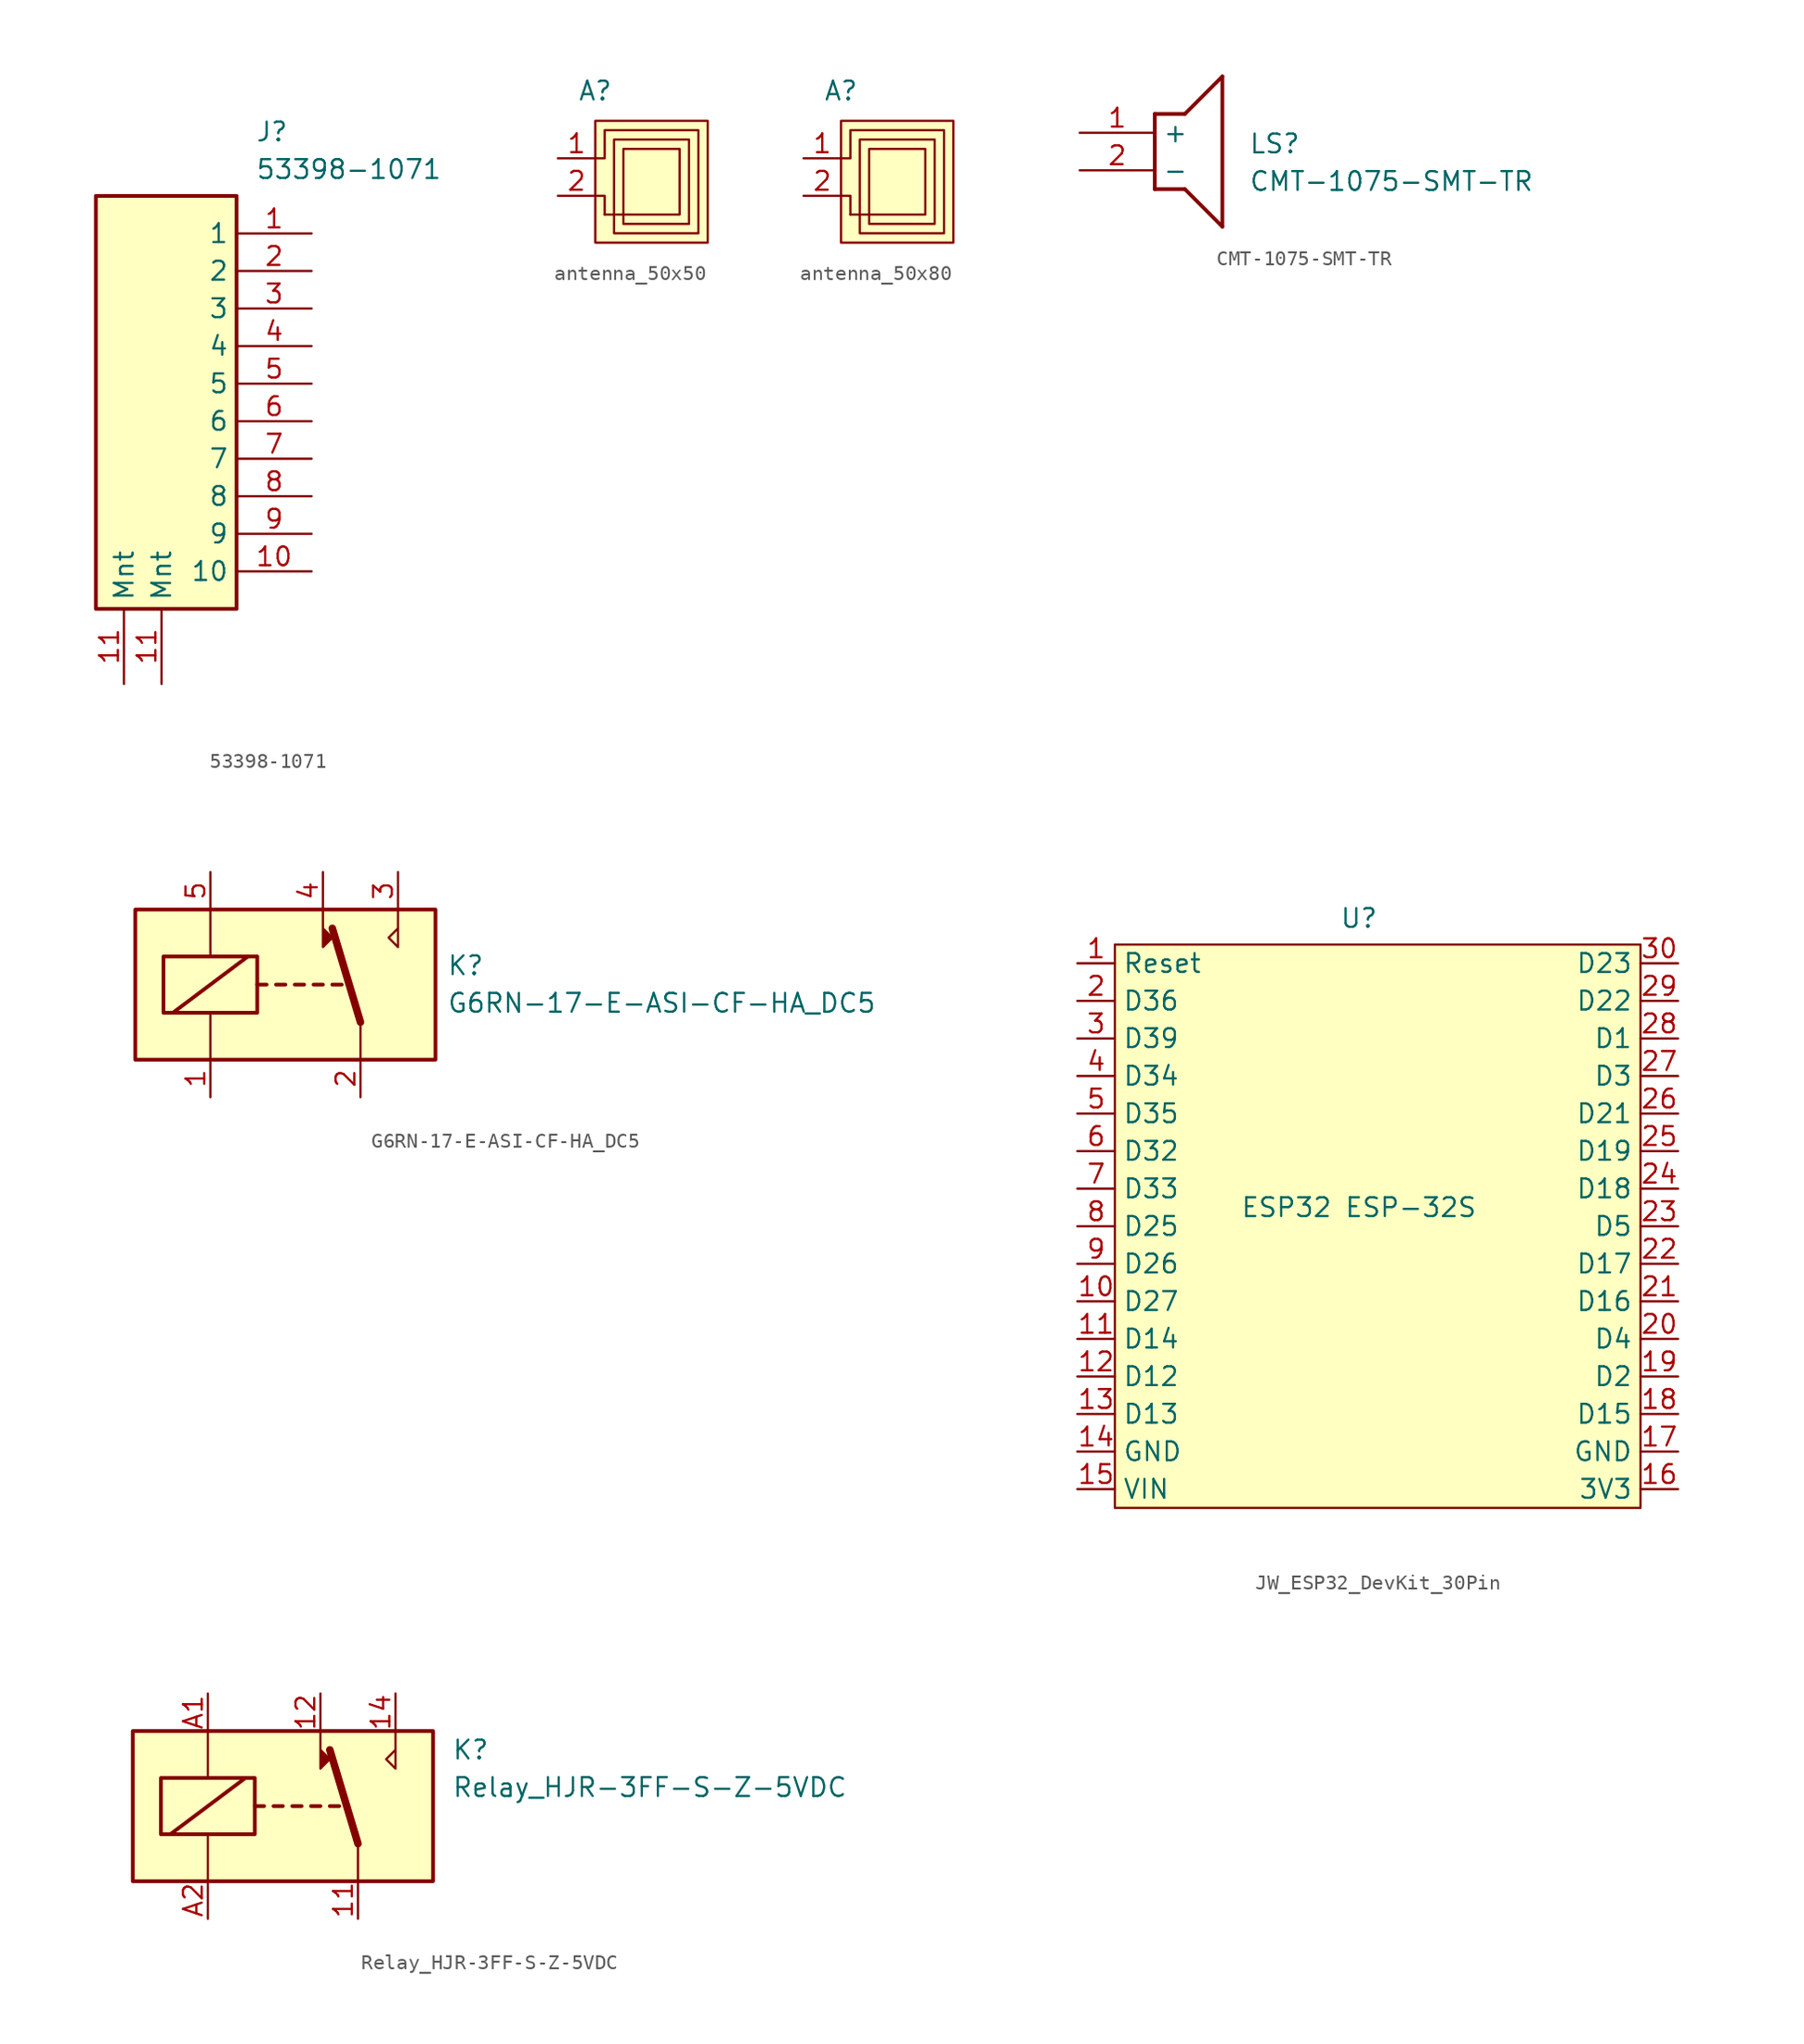
<source format=kicad_sym>
(kicad_symbol_lib
  (version 20241209)
  (generator "kicad_symbol_editor")
  (generator_version "9.0")
  (symbol "53398-1071"
    (property "Reference" "J"
      (at 19.05 7.62 0)
      (effects (font (size 1.27 1.27)) (justify left top)))
    (property "Value" "53398-1071"
      (at 19.05 5.08 0)
      (effects (font (size 1.27 1.27)) (justify left top)))
    (symbol "53398-1071_1_1"
      (rectangle (start 8.255 2.54) (end 17.78 -25.4) (stroke (width 0.254) (type default)) (fill (type background)))
      (pin passive line (at 10.16 -30.48 90) (length 5.08) (name "Mnt" (effects (font (size 1.27 1.27)))) (number "11" (effects (font (size 1.27 1.27)))))
      (pin passive line (at 12.7 -30.48 90) (length 5.08) (name "Mnt" (effects (font (size 1.27 1.27)))) (number "11" (effects (font (size 1.27 1.27)))))
      (pin passive line (at 22.86 0 180) (length 5.08) (name "1" (effects (font (size 1.27 1.27)))) (number "1" (effects (font (size 1.27 1.27)))))
      (pin passive line (at 22.86 -2.54 180) (length 5.08) (name "2" (effects (font (size 1.27 1.27)))) (number "2" (effects (font (size 1.27 1.27)))))
      (pin passive line (at 22.86 -5.08 180) (length 5.08) (name "3" (effects (font (size 1.27 1.27)))) (number "3" (effects (font (size 1.27 1.27)))))
      (pin passive line (at 22.86 -7.62 180) (length 5.08) (name "4" (effects (font (size 1.27 1.27)))) (number "4" (effects (font (size 1.27 1.27)))))
      (pin passive line (at 22.86 -10.16 180) (length 5.08) (name "5" (effects (font (size 1.27 1.27)))) (number "5" (effects (font (size 1.27 1.27)))))
      (pin passive line (at 22.86 -12.7 180) (length 5.08) (name "6" (effects (font (size 1.27 1.27)))) (number "6" (effects (font (size 1.27 1.27)))))
      (pin passive line (at 22.86 -15.24 180) (length 5.08) (name "7" (effects (font (size 1.27 1.27)))) (number "7" (effects (font (size 1.27 1.27)))))
      (pin passive line (at 22.86 -17.78 180) (length 5.08) (name "8" (effects (font (size 1.27 1.27)))) (number "8" (effects (font (size 1.27 1.27)))))
      (pin passive line (at 22.86 -20.32 180) (length 5.08) (name "9" (effects (font (size 1.27 1.27)))) (number "9" (effects (font (size 1.27 1.27)))))
      (pin passive line (at 22.86 -22.86 180) (length 5.08) (name "10" (effects (font (size 1.27 1.27)))) (number "10" (effects (font (size 1.27 1.27)))))))
  (symbol "antenna_50x50"
    (property "Reference" "A"
      (at 0 5.842 0)
      (effects (font (size 1.27 1.27))))
    (property "Value" ""
      (at 0 0 0)
      (effects (font (size 1.27 1.27))))
    (symbol "antenna_50x50_0_1"
      (polyline (pts (xy 0.635 -2.54) (xy 0.635 -1.27) (xy 0 -1.27)) (stroke (width 0) (type default)) (fill (type none))))
    (symbol "antenna_50x50_1_1"
      (rectangle (start 0 3.81) (end 7.62 -4.445) (stroke (width 0) (type solid)) (fill (type background)))
      (polyline (pts (xy 0 1.27) (xy 0.635 1.27) (xy 0.635 3.175) (xy 6.985 3.175) (xy 6.985 -3.81) (xy 1.27 -3.81) (xy 1.27 2.54) (xy 6.35 2.54) (xy 6.35 -3.175) (xy 1.905 -3.175) (xy 1.905 1.905) (xy 5.715 1.905) (xy 5.715 -2.54) (xy 0.635 -2.54)) (stroke (width 0) (type default)) (fill (type none)))
      (pin input line (at -2.54 1.27 0) (length 2.54) (name "" (effects (font (size 1.27 1.27)))) (number "1" (effects (font (size 1.27 1.27)))))
      (pin input line (at -2.54 -1.27 0) (length 2.54) (name "" (effects (font (size 1.27 1.27)))) (number "2" (effects (font (size 1.27 1.27)))))))
  (symbol "antenna_50x80"
    (property "Reference" "A"
      (at 0 5.842 0)
      (effects (font (size 1.27 1.27))))
    (property "Value" ""
      (at 0 0 0)
      (effects (font (size 1.27 1.27))))
    (symbol "antenna_50x80_0_1"
      (polyline (pts (xy 0.635 -2.54) (xy 0.635 -1.27) (xy 0 -1.27)) (stroke (width 0) (type default)) (fill (type none))))
    (symbol "antenna_50x80_1_1"
      (rectangle (start 0 3.81) (end 7.62 -4.445) (stroke (width 0) (type solid)) (fill (type background)))
      (polyline (pts (xy 0 1.27) (xy 0.635 1.27) (xy 0.635 3.175) (xy 6.985 3.175) (xy 6.985 -3.81) (xy 1.27 -3.81) (xy 1.27 2.54) (xy 6.35 2.54) (xy 6.35 -3.175) (xy 1.905 -3.175) (xy 1.905 1.905) (xy 5.715 1.905) (xy 5.715 -2.54) (xy 0.635 -2.54)) (stroke (width 0) (type default)) (fill (type none)))
      (pin input line (at -2.54 1.27 0) (length 2.54) (name "" (effects (font (size 1.27 1.27)))) (number "1" (effects (font (size 1.27 1.27)))))
      (pin input line (at -2.54 -1.27 0) (length 2.54) (name "" (effects (font (size 1.27 1.27)))) (number "2" (effects (font (size 1.27 1.27)))))))
  (symbol "CMT-1075-SMT-TR"
    (property "Reference" "LS"
      (at 11.43 0 0)
      (effects (font (size 1.27 1.27)) (justify left top)))
    (property "Value" "CMT-1075-SMT-TR"
      (at 11.43 -2.54 0)
      (effects (font (size 1.27 1.27)) (justify left top)))
    (symbol "CMT-1075-SMT-TR_1_1"
      (polyline (pts (xy 5.08 1.27) (xy 5.08 -3.81)) (stroke (width 0.254) (type default)) (fill (type none)))
      (polyline (pts (xy 5.08 1.27) (xy 7.112 1.27)) (stroke (width 0.254) (type default)) (fill (type none)))
      (polyline (pts (xy 7.112 -3.81) (xy 5.08 -3.81)) (stroke (width 0.254) (type default)) (fill (type none)))
      (polyline (pts (xy 7.112 -3.81) (xy 9.652 -6.35)) (stroke (width 0.254) (type default)) (fill (type none)))
      (polyline (pts (xy 9.652 3.81) (xy 7.112 1.27)) (stroke (width 0.254) (type default)) (fill (type none)))
      (polyline (pts (xy 9.652 3.81) (xy 9.652 -6.35)) (stroke (width 0.254) (type default)) (fill (type none)))
      (pin passive line (at 0 0 0) (length 5.08) (name "+" (effects (font (size 1.27 1.27)))) (number "1" (effects (font (size 1.27 1.27)))))
      (pin passive line (at 0 -2.54 0) (length 5.08) (name "-" (effects (font (size 1.27 1.27)))) (number "2" (effects (font (size 1.27 1.27)))))))
  (symbol "G6RN-17-E-ASI-CF-HA_DC5"
    (property "Reference" "K"
      (at 10.922 2.032 0)
      (effects (font (size 1.27 1.27)) (justify left top)))
    (property "Value" "G6RN-17-E-ASI-CF-HA_DC5"
      (at 10.922 -0.508 0)
      (effects (font (size 1.27 1.27)) (justify left top)))
    (symbol "G6RN-17-E-ASI-CF-HA_DC5_0_0"
      (polyline (pts (xy 7.62 5.08) (xy 7.62 2.54) (xy 6.985 3.175) (xy 7.62 3.81)) (stroke (width 0) (type default)) (fill (type none))))
    (symbol "G6RN-17-E-ASI-CF-HA_DC5_0_1"
      (rectangle (start -10.16 5.08) (end 10.16 -5.08) (stroke (width 0.254) (type default)) (fill (type background)))
      (rectangle (start -8.255 1.905) (end -1.905 -1.905) (stroke (width 0.254) (type default)) (fill (type none)))
      (polyline (pts (xy -7.62 -1.905) (xy -2.54 1.905)) (stroke (width 0.254) (type default)) (fill (type none)))
      (polyline (pts (xy -5.08 5.08) (xy -5.08 1.905)) (stroke (width 0) (type default)) (fill (type none)))
      (polyline (pts (xy -5.08 -5.08) (xy -5.08 -1.905)) (stroke (width 0) (type default)) (fill (type none)))
      (polyline (pts (xy -1.905 0) (xy -1.27 0)) (stroke (width 0.254) (type default)) (fill (type none)))
      (polyline (pts (xy -0.635 0) (xy 0 0)) (stroke (width 0.254) (type default)) (fill (type none)))
      (polyline (pts (xy 0.635 0) (xy 1.27 0)) (stroke (width 0.254) (type default)) (fill (type none)))
      (polyline (pts (xy 1.905 0) (xy 2.54 0)) (stroke (width 0.254) (type default)) (fill (type none)))
      (polyline (pts (xy 2.54 5.08) (xy 2.54 2.54) (xy 3.175 3.175) (xy 2.54 3.81)) (stroke (width 0) (type default)) (fill (type outline)))
      (polyline (pts (xy 3.175 0) (xy 3.81 0)) (stroke (width 0.254) (type default)) (fill (type none)))
      (polyline (pts (xy 5.08 -2.54) (xy 3.175 3.81)) (stroke (width 0.508) (type default)) (fill (type none)))
      (polyline (pts (xy 5.08 -2.54) (xy 5.08 -5.08)) (stroke (width 0) (type default)) (fill (type none))))
    (symbol "G6RN-17-E-ASI-CF-HA_DC5_1_1"
      (pin passive line (at -5.08 7.62 270) (length 2.54) (name "~" (effects (font (size 1.27 1.27)))) (number "5" (effects (font (size 1.27 1.27)))))
      (pin passive line (at -5.08 -7.62 90) (length 2.54) (name "~" (effects (font (size 1.27 1.27)))) (number "1" (effects (font (size 1.27 1.27)))))
      (pin passive line (at 2.54 7.62 270) (length 2.54) (name "~" (effects (font (size 1.27 1.27)))) (number "4" (effects (font (size 1.27 1.27)))))
      (pin passive line (at 5.08 -7.62 90) (length 2.54) (name "~" (effects (font (size 1.27 1.27)))) (number "2" (effects (font (size 1.27 1.27)))))
      (pin passive line (at 7.62 7.62 270) (length 2.54) (name "~" (effects (font (size 1.27 1.27)))) (number "3" (effects (font (size 1.27 1.27)))))))
  (symbol "JW_ESP32_DevKit_30Pin"
    (property "Reference" "U"
      (at 0 19.558 0)
      (effects (font (size 1.27 1.27))))
    (property "Value" "ESP32 ESP-32S"
      (at 0 0 0)
      (effects (font (size 1.27 1.27))))
    (symbol "JW_ESP32_DevKit_30Pin_1_0"
      (pin unspecified line (at -19.05 16.51 0) (length 2.54) (name "Reset" (effects (font (size 1.27 1.27)))) (number "1" (effects (font (size 1.27 1.27)))))
      (pin unspecified line (at -19.05 13.97 0) (length 2.54) (name "D36" (effects (font (size 1.27 1.27)))) (number "2" (effects (font (size 1.27 1.27)))))
      (pin unspecified line (at -19.05 11.43 0) (length 2.54) (name "D39" (effects (font (size 1.27 1.27)))) (number "3" (effects (font (size 1.27 1.27)))))
      (pin unspecified line (at -19.05 8.89 0) (length 2.54) (name "D34" (effects (font (size 1.27 1.27)))) (number "4" (effects (font (size 1.27 1.27)))))
      (pin unspecified line (at -19.05 6.35 0) (length 2.54) (name "D35" (effects (font (size 1.27 1.27)))) (number "5" (effects (font (size 1.27 1.27)))))
      (pin unspecified line (at -19.05 3.81 0) (length 2.54) (name "D32" (effects (font (size 1.27 1.27)))) (number "6" (effects (font (size 1.27 1.27)))))
      (pin unspecified line (at -19.05 1.27 0) (length 2.54) (name "D33" (effects (font (size 1.27 1.27)))) (number "7" (effects (font (size 1.27 1.27)))))
      (pin unspecified line (at -19.05 -1.27 0) (length 2.54) (name "D25" (effects (font (size 1.27 1.27)))) (number "8" (effects (font (size 1.27 1.27)))))
      (pin unspecified line (at -19.05 -3.81 0) (length 2.54) (name "D26" (effects (font (size 1.27 1.27)))) (number "9" (effects (font (size 1.27 1.27)))))
      (pin unspecified line (at -19.05 -6.35 0) (length 2.54) (name "D27" (effects (font (size 1.27 1.27)))) (number "10" (effects (font (size 1.27 1.27)))))
      (pin unspecified line (at -19.05 -8.89 0) (length 2.54) (name "D14" (effects (font (size 1.27 1.27)))) (number "11" (effects (font (size 1.27 1.27)))))
      (pin unspecified line (at -19.05 -11.43 0) (length 2.54) (name "D12" (effects (font (size 1.27 1.27)))) (number "12" (effects (font (size 1.27 1.27)))))
      (pin unspecified line (at -19.05 -13.97 0) (length 2.54) (name "D13" (effects (font (size 1.27 1.27)))) (number "13" (effects (font (size 1.27 1.27)))))
      (pin unspecified line (at -19.05 -16.51 0) (length 2.54) (name "GND" (effects (font (size 1.27 1.27)))) (number "14" (effects (font (size 1.27 1.27)))))
      (pin unspecified line (at -19.05 -19.05 0) (length 2.54) (name "VIN" (effects (font (size 1.27 1.27)))) (number "15" (effects (font (size 1.27 1.27)))))
      (pin unspecified line (at 21.59 16.51 180) (length 2.54) (name "D23" (effects (font (size 1.27 1.27)))) (number "30" (effects (font (size 1.27 1.27)))))
      (pin unspecified line (at 21.59 13.97 180) (length 2.54) (name "D22" (effects (font (size 1.27 1.27)))) (number "29" (effects (font (size 1.27 1.27)))))
      (pin unspecified line (at 21.59 11.43 180) (length 2.54) (name "D1" (effects (font (size 1.27 1.27)))) (number "28" (effects (font (size 1.27 1.27)))))
      (pin unspecified line (at 21.59 8.89 180) (length 2.54) (name "D3" (effects (font (size 1.27 1.27)))) (number "27" (effects (font (size 1.27 1.27)))))
      (pin unspecified line (at 21.59 6.35 180) (length 2.54) (name "D21" (effects (font (size 1.27 1.27)))) (number "26" (effects (font (size 1.27 1.27)))))
      (pin unspecified line (at 21.59 3.81 180) (length 2.54) (name "D19" (effects (font (size 1.27 1.27)))) (number "25" (effects (font (size 1.27 1.27)))))
      (pin unspecified line (at 21.59 1.27 180) (length 2.54) (name "D18" (effects (font (size 1.27 1.27)))) (number "24" (effects (font (size 1.27 1.27)))))
      (pin unspecified line (at 21.59 -1.27 180) (length 2.54) (name "D5" (effects (font (size 1.27 1.27)))) (number "23" (effects (font (size 1.27 1.27)))))
      (pin unspecified line (at 21.59 -3.81 180) (length 2.54) (name "D17" (effects (font (size 1.27 1.27)))) (number "22" (effects (font (size 1.27 1.27)))))
      (pin unspecified line (at 21.59 -6.35 180) (length 2.54) (name "D16" (effects (font (size 1.27 1.27)))) (number "21" (effects (font (size 1.27 1.27)))))
      (pin unspecified line (at 21.59 -8.89 180) (length 2.54) (name "D4" (effects (font (size 1.27 1.27)))) (number "20" (effects (font (size 1.27 1.27)))))
      (pin unspecified line (at 21.59 -11.43 180) (length 2.54) (name "D2" (effects (font (size 1.27 1.27)))) (number "19" (effects (font (size 1.27 1.27)))))
      (pin unspecified line (at 21.59 -13.97 180) (length 2.54) (name "D15" (effects (font (size 1.27 1.27)))) (number "18" (effects (font (size 1.27 1.27)))))
      (pin unspecified line (at 21.59 -16.51 180) (length 2.54) (name "GND" (effects (font (size 1.27 1.27)))) (number "17" (effects (font (size 1.27 1.27)))))
      (pin unspecified line (at 21.59 -19.05 180) (length 2.54) (name "3V3" (effects (font (size 1.27 1.27)))) (number "16" (effects (font (size 1.27 1.27))))))
    (symbol "JW_ESP32_DevKit_30Pin_1_1"
      (rectangle (start -16.51 17.78) (end 19.05 -20.32) (stroke (width 0) (type solid)) (fill (type background)))))
  (symbol "Relay_HJR-3FF-S-Z-5VDC"
    (property "Reference" "K"
      (at 11.43 3.81 0)
      (effects (font (size 1.27 1.27)) (justify left)))
    (property "Value" "Relay_HJR-3FF-S-Z-5VDC"
      (at 11.43 1.27 0)
      (effects (font (size 1.27 1.27)) (justify left)))
    (symbol "Relay_HJR-3FF-S-Z-5VDC_0_0"
      (polyline (pts (xy 7.62 5.08) (xy 7.62 2.54) (xy 6.985 3.175) (xy 7.62 3.81)) (stroke (width 0) (type default)) (fill (type none))))
    (symbol "Relay_HJR-3FF-S-Z-5VDC_0_1"
      (rectangle (start -10.16 5.08) (end 10.16 -5.08) (stroke (width 0.254) (type default)) (fill (type background)))
      (rectangle (start -8.255 1.905) (end -1.905 -1.905) (stroke (width 0.254) (type default)) (fill (type none)))
      (polyline (pts (xy -7.62 -1.905) (xy -2.54 1.905)) (stroke (width 0.254) (type default)) (fill (type none)))
      (polyline (pts (xy -5.08 5.08) (xy -5.08 1.905)) (stroke (width 0) (type default)) (fill (type none)))
      (polyline (pts (xy -5.08 -5.08) (xy -5.08 -1.905)) (stroke (width 0) (type default)) (fill (type none)))
      (polyline (pts (xy -1.905 0) (xy -1.27 0)) (stroke (width 0.254) (type default)) (fill (type none)))
      (polyline (pts (xy -0.635 0) (xy 0 0)) (stroke (width 0.254) (type default)) (fill (type none)))
      (polyline (pts (xy 0.635 0) (xy 1.27 0)) (stroke (width 0.254) (type default)) (fill (type none)))
      (polyline (pts (xy 1.905 0) (xy 2.54 0)) (stroke (width 0.254) (type default)) (fill (type none)))
      (polyline (pts (xy 2.54 5.08) (xy 2.54 2.54) (xy 3.175 3.175) (xy 2.54 3.81)) (stroke (width 0) (type default)) (fill (type outline)))
      (polyline (pts (xy 3.175 0) (xy 3.81 0)) (stroke (width 0.254) (type default)) (fill (type none)))
      (polyline (pts (xy 5.08 -2.54) (xy 3.175 3.81)) (stroke (width 0.508) (type default)) (fill (type none)))
      (polyline (pts (xy 5.08 -2.54) (xy 5.08 -5.08)) (stroke (width 0) (type default)) (fill (type none))))
    (symbol "Relay_HJR-3FF-S-Z-5VDC_1_1"
      (pin passive line (at -5.08 7.62 270) (length 2.54) (name "~" (effects (font (size 1.27 1.27)))) (number "A1" (effects (font (size 1.27 1.27)))))
      (pin passive line (at -5.08 -7.62 90) (length 2.54) (name "~" (effects (font (size 1.27 1.27)))) (number "A2" (effects (font (size 1.27 1.27)))))
      (pin passive line (at 2.54 7.62 270) (length 2.54) (name "~" (effects (font (size 1.27 1.27)))) (number "12" (effects (font (size 1.27 1.27)))))
      (pin passive line (at 5.08 -7.62 90) (length 2.54) (name "~" (effects (font (size 1.27 1.27)))) (number "11" (effects (font (size 1.27 1.27)))))
      (pin passive line (at 7.62 7.62 270) (length 2.54) (name "~" (effects (font (size 1.27 1.27)))) (number "14" (effects (font (size 1.27 1.27))))))))
</source>
